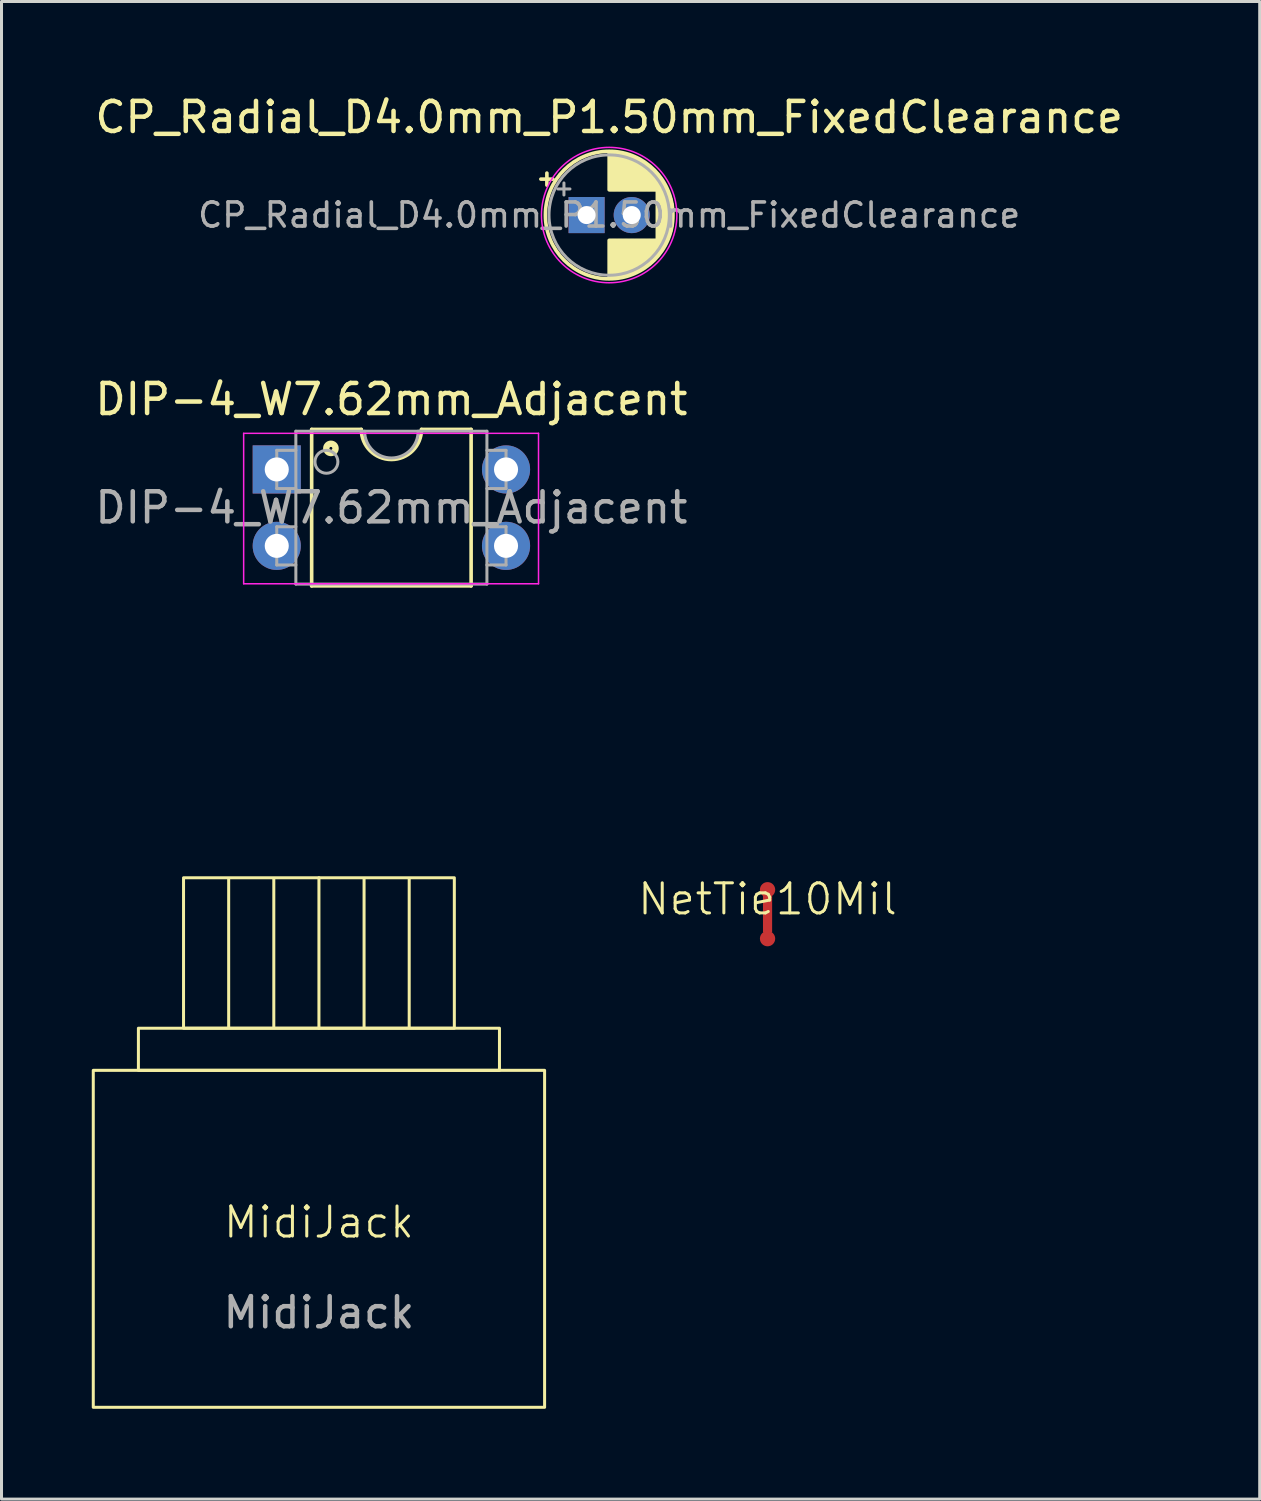
<source format=kicad_pcb>
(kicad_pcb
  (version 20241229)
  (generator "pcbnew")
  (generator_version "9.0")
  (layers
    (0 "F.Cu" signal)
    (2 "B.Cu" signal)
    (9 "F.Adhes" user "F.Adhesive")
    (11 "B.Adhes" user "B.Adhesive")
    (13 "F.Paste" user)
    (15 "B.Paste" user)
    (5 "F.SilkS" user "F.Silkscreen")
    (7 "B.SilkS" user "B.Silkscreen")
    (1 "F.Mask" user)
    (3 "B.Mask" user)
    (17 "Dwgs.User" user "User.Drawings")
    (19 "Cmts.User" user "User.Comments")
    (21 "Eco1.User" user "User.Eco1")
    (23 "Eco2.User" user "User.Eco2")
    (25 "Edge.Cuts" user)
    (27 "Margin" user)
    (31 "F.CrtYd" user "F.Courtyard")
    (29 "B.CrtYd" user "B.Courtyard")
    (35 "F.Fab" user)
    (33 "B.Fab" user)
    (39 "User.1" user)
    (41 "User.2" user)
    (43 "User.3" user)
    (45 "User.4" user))
  (footprint "MidiJack"
    (layer "F.Cu")
    (at 7.55 38.073)
    (property "Reference" "MidiJack" (at 0 -0.5 0) (unlocked yes) (layer "F.SilkS") (effects (font (size 1 1) (thickness 0.1))))
    (fp_line (start -3 -11.9) (end -3 -7) (stroke (width 0.1) (type default)) (layer "F.SilkS"))
    (fp_line (start -1.5 -11.9) (end -1.5 -7) (stroke (width 0.1) (type default)) (layer "F.SilkS"))
    (fp_line (start 0 -11.95) (end 0 -6.95) (stroke (width 0.1) (type default)) (layer "F.SilkS"))
    (fp_line (start 1.5 -11.9) (end 1.5 -7) (stroke (width 0.1) (type default)) (layer "F.SilkS"))
    (fp_line (start 3 -7) (end 3 -11.9) (stroke (width 0.1) (type default)) (layer "F.SilkS"))
    (fp_rect (start -7.5 -5.55) (end 7.5 5.65) (stroke (width 0.1) (type default)) (fill no) (layer "F.SilkS"))
    (fp_rect (start -6 -5.55) (end 6 -6.95) (stroke (width 0.1) (type default)) (fill no) (layer "F.SilkS"))
    (fp_rect (start -4.5 -6.95) (end 4.5 -11.95) (stroke (width 0.1) (type default)) (fill no) (layer "F.SilkS"))
    (fp_text user "${REFERENCE}" (at 0 2.5 0) (unlocked yes) (layer "F.Fab") (effects (font (size 1 1) (thickness 0.15)))))
  (footprint "DIP-4_W7.62mm_Adjacent"
    (layer "F.Cu")
    (at 6.148 12.552)
    (property "Reference" "DIP-4_W7.62mm_Adjacent" (at 3.81 -2.33 0) (layer "F.SilkS") (effects (font (size 1 1) (thickness 0.15))))
    (attr through_hole)
    (fp_line (start 1.16 -1.33) (end 1.16 3.87) (stroke (width 0.12) (type solid)) (layer "F.SilkS"))
    (fp_line (start 1.16 3.87) (end 6.46 3.87) (stroke (width 0.12) (type solid)) (layer "F.SilkS"))
    (fp_line (start 2.81 -1.33) (end 1.16 -1.33) (stroke (width 0.12) (type solid)) (layer "F.SilkS"))
    (fp_line (start 6.46 -1.33) (end 4.81 -1.33) (stroke (width 0.12) (type solid)) (layer "F.SilkS"))
    (fp_line (start 6.46 3.87) (end 6.46 -1.33) (stroke (width 0.12) (type solid)) (layer "F.SilkS"))
    (fp_arc (start 4.81 -1.33) (mid 3.81 -0.33) (end 2.81 -1.33) (stroke (width 0.12) (type solid)) (layer "F.SilkS"))
    (fp_circle (center 1.8 -0.7) (end 1.85 -0.7) (stroke (width 0.12) (type solid)) (fill no) (layer "F.SilkS"))
    (fp_circle (center 1.8 -0.7) (end 1.925 -0.7) (stroke (width 0.12) (type solid)) (fill no) (layer "F.SilkS"))
    (fp_circle (center 1.8 -0.7) (end 2 -0.7) (stroke (width 0.12) (type solid)) (fill no) (layer "F.SilkS"))
    (fp_line (start -1.1 -1.2) (end -1.1 3.8) (stroke (width 0.05) (type solid)) (layer "F.CrtYd"))
    (fp_line (start -1.1 3.8) (end 8.7 3.8) (stroke (width 0.05) (type solid)) (layer "F.CrtYd"))
    (fp_line (start 8.7 -1.2) (end -1.1 -1.2) (stroke (width 0.05) (type solid)) (layer "F.CrtYd"))
    (fp_line (start 8.7 3.8) (end 8.7 -1.2) (stroke (width 0.05) (type solid)) (layer "F.CrtYd"))
    (fp_line (start 0 -0.635) (end 0 0.635) (stroke (width 0.1) (type solid)) (layer "F.Fab"))
    (fp_line (start 0 -0.635) (end 0.635 -0.635) (stroke (width 0.1) (type solid)) (layer "F.Fab"))
    (fp_line (start 0 0.635) (end 0.635 0.635) (stroke (width 0.1) (type solid)) (layer "F.Fab"))
    (fp_line (start 0 1.905) (end 0 3.175) (stroke (width 0.1) (type solid)) (layer "F.Fab"))
    (fp_line (start 0 1.905) (end 0.635 1.905) (stroke (width 0.1) (type solid)) (layer "F.Fab"))
    (fp_line (start 0 3.175) (end 0.635 3.175) (stroke (width 0.1) (type solid)) (layer "F.Fab"))
    (fp_line (start 0.635 -1.27) (end 6.985 -1.27) (stroke (width 0.1) (type solid)) (layer "F.Fab"))
    (fp_line (start 0.635 3.81) (end 0.635 -1.27) (stroke (width 0.1) (type solid)) (layer "F.Fab"))
    (fp_line (start 6.985 -1.27) (end 6.985 3.81) (stroke (width 0.1) (type solid)) (layer "F.Fab"))
    (fp_line (start 6.985 3.81) (end 0.635 3.81) (stroke (width 0.1) (type solid)) (layer "F.Fab"))
    (fp_line (start 7.62 -0.635) (end 6.985 -0.635) (stroke (width 0.1) (type solid)) (layer "F.Fab"))
    (fp_line (start 7.62 0.635) (end 6.985 0.635) (stroke (width 0.1) (type solid)) (layer "F.Fab"))
    (fp_line (start 7.62 0.635) (end 7.62 -0.635) (stroke (width 0.1) (type solid)) (layer "F.Fab"))
    (fp_line (start 7.62 1.905) (end 6.985 1.905) (stroke (width 0.1) (type solid)) (layer "F.Fab"))
    (fp_line (start 7.62 3.175) (end 6.985 3.175) (stroke (width 0.1) (type solid)) (layer "F.Fab"))
    (fp_line (start 7.62 3.175) (end 7.62 1.905) (stroke (width 0.1) (type solid)) (layer "F.Fab"))
    (fp_arc (start 4.699 -1.27) (mid 3.81 -0.381) (end 2.921 -1.27) (stroke (width 0.1) (type solid)) (layer "F.Fab"))
    (fp_circle (center 1.651 -0.254) (end 2.032 -0.254) (stroke (width 0.1) (type solid)) (fill no) (layer "F.Fab"))
    (fp_text user "${REFERENCE}" (at 3.81 1.27 0) (layer "F.Fab") (effects (font (size 1 1) (thickness 0.15))))
    (pad "1" thru_hole rect (at 0 0) (size 1.6 1.6) (drill 0.8) (layers "*.Cu" "*.Mask"))
    (pad "2" thru_hole oval (at 0 2.54) (size 1.6 1.6) (drill 0.8) (layers "*.Cu" "*.Mask"))
    (pad "3" thru_hole oval (at 7.62 2.54) (size 1.6 1.6) (drill 0.8) (layers "*.Cu" "*.Mask"))
    (pad "4" thru_hole oval (at 7.62 0) (size 1.6 1.6) (drill 0.8) (layers "*.Cu" "*.Mask")))
  (footprint "LEDAssy"
    (layer "F.Cu")
    (at 29.367 16.223)
    (property "Reference" "LEDAssy" (at 0 -0.5 0) (unlocked yes) (layer "User.9") (effects (font (size 1 1) (thickness 0.1))))
    (fp_rect (start -6.4 -6.8) (end 6.4 6.8) (stroke (width 0.1) (type default)) (fill no) (layer "User.9"))
    (fp_text user "${REFERENCE}" (at 0 2.5 0) (unlocked yes) (layer "User.9") (effects (font (size 1 1) (thickness 0.15))))
    (zone (net_name "") (layer "F.Cu") (name "LEDAssyShadow") (hatch edge 1.5) (connect_pads) (min_thickness 0.25) (filled_areas_thickness no) (keepout (tracks allowed) (vias allowed) (pads allowed) (copperpour allowed) (footprints not_allowed)) (placement (enabled no)) (fill) (polygon (pts (xy 24.795 11.143) (xy 24.795 21.303) (xy 33.685 21.303) (xy 33.685 11.143)))))
  (footprint "NetTie10Mil"
    (layer "F.Cu")
    (at 22.46 27.334)
    (property "Reference" "NetTie10Mil" (at 0 -0.5 0) (unlocked yes) (layer "F.SilkS") (effects (font (size 1 1) (thickness 0.1))))
    (fp_poly (pts (xy -0.152 0.61) (xy -0.152 -0.61) (xy 0.152 -0.61) (xy 0.152 0.61)) (stroke (width 0) (type solid)) (fill yes) (layer "F.Cu"))
    (pad "1" smd circle (at 0 -0.813) (size 0.508 0.508) (property pad_prop_testpoint) (layers "F.Cu" "F.Mask"))
    (pad "2" smd circle (at 0 0.813) (size 0.508 0.508) (layers "F.Cu" "F.Mask")))
  (footprint "CP_Radial_D4.0mm_P1.50mm_FixedClearance"
    (layer "F.Cu")
    (at 16.446 4.098)
    (property "Reference" "CP_Radial_D4.0mm_P1.50mm_FixedClearance" (at 0.75 -3.25 0) (layer "F.SilkS") (effects (font (size 1 1) (thickness 0.15))))
    (attr through_hole)
    (fp_line (start -1.52 -1.195) (end -1.12 -1.195) (stroke (width 0.12) (type solid)) (layer "F.SilkS"))
    (fp_line (start -1.32 -1.395) (end -1.32 -0.995) (stroke (width 0.12) (type solid)) (layer "F.SilkS"))
    (fp_line (start 0.75 -2.08) (end 0.75 -0.84) (stroke (width 0.12) (type solid)) (layer "F.SilkS"))
    (fp_line (start 0.75 0.84) (end 0.75 2.08) (stroke (width 0.12) (type solid)) (layer "F.SilkS"))
    (fp_line (start 0.79 -2.08) (end 0.79 -0.84) (stroke (width 0.12) (type solid)) (layer "F.SilkS"))
    (fp_line (start 0.79 0.84) (end 0.79 2.08) (stroke (width 0.12) (type solid)) (layer "F.SilkS"))
    (fp_line (start 0.83 -2.079) (end 0.83 -0.84) (stroke (width 0.12) (type solid)) (layer "F.SilkS"))
    (fp_line (start 0.83 0.84) (end 0.83 2.079) (stroke (width 0.12) (type solid)) (layer "F.SilkS"))
    (fp_line (start 0.87 -2.077) (end 0.87 -0.84) (stroke (width 0.12) (type solid)) (layer "F.SilkS"))
    (fp_line (start 0.87 0.84) (end 0.87 2.077) (stroke (width 0.12) (type solid)) (layer "F.SilkS"))
    (fp_line (start 0.91 -2.074) (end 0.91 -0.84) (stroke (width 0.12) (type solid)) (layer "F.SilkS"))
    (fp_line (start 0.91 0.84) (end 0.91 2.074) (stroke (width 0.12) (type solid)) (layer "F.SilkS"))
    (fp_line (start 0.95 -2.071) (end 0.95 -0.84) (stroke (width 0.12) (type solid)) (layer "F.SilkS"))
    (fp_line (start 0.95 0.84) (end 0.95 2.071) (stroke (width 0.12) (type solid)) (layer "F.SilkS"))
    (fp_line (start 0.99 -2.067) (end 0.99 -0.84) (stroke (width 0.12) (type solid)) (layer "F.SilkS"))
    (fp_line (start 0.99 0.84) (end 0.99 2.067) (stroke (width 0.12) (type solid)) (layer "F.SilkS"))
    (fp_line (start 1.03 -2.062) (end 1.03 -0.84) (stroke (width 0.12) (type solid)) (layer "F.SilkS"))
    (fp_line (start 1.03 0.84) (end 1.03 2.062) (stroke (width 0.12) (type solid)) (layer "F.SilkS"))
    (fp_line (start 1.07 -2.056) (end 1.07 -0.84) (stroke (width 0.12) (type solid)) (layer "F.SilkS"))
    (fp_line (start 1.07 0.84) (end 1.07 2.056) (stroke (width 0.12) (type solid)) (layer "F.SilkS"))
    (fp_line (start 1.11 -2.05) (end 1.11 -0.84) (stroke (width 0.12) (type solid)) (layer "F.SilkS"))
    (fp_line (start 1.11 0.84) (end 1.11 2.05) (stroke (width 0.12) (type solid)) (layer "F.SilkS"))
    (fp_line (start 1.15 -2.042) (end 1.15 -0.84) (stroke (width 0.12) (type solid)) (layer "F.SilkS"))
    (fp_line (start 1.15 0.84) (end 1.15 2.042) (stroke (width 0.12) (type solid)) (layer "F.SilkS"))
    (fp_line (start 1.19 -2.034) (end 1.19 -0.84) (stroke (width 0.12) (type solid)) (layer "F.SilkS"))
    (fp_line (start 1.19 0.84) (end 1.19 2.034) (stroke (width 0.12) (type solid)) (layer "F.SilkS"))
    (fp_line (start 1.23 -2.025) (end 1.23 -0.84) (stroke (width 0.12) (type solid)) (layer "F.SilkS"))
    (fp_line (start 1.23 0.84) (end 1.23 2.025) (stroke (width 0.12) (type solid)) (layer "F.SilkS"))
    (fp_line (start 1.27 -2.016) (end 1.27 -0.84) (stroke (width 0.12) (type solid)) (layer "F.SilkS"))
    (fp_line (start 1.27 0.84) (end 1.27 2.016) (stroke (width 0.12) (type solid)) (layer "F.SilkS"))
    (fp_line (start 1.31 -2.005) (end 1.31 -0.84) (stroke (width 0.12) (type solid)) (layer "F.SilkS"))
    (fp_line (start 1.31 0.84) (end 1.31 2.005) (stroke (width 0.12) (type solid)) (layer "F.SilkS"))
    (fp_line (start 1.35 -1.994) (end 1.35 -0.84) (stroke (width 0.12) (type solid)) (layer "F.SilkS"))
    (fp_line (start 1.35 0.84) (end 1.35 1.994) (stroke (width 0.12) (type solid)) (layer "F.SilkS"))
    (fp_line (start 1.39 -1.982) (end 1.39 -0.84) (stroke (width 0.12) (type solid)) (layer "F.SilkS"))
    (fp_line (start 1.39 0.84) (end 1.39 1.982) (stroke (width 0.12) (type solid)) (layer "F.SilkS"))
    (fp_line (start 1.43 -1.968) (end 1.43 -0.84) (stroke (width 0.12) (type solid)) (layer "F.SilkS"))
    (fp_line (start 1.43 0.84) (end 1.43 1.968) (stroke (width 0.12) (type solid)) (layer "F.SilkS"))
    (fp_line (start 1.471 -1.954) (end 1.471 -0.84) (stroke (width 0.12) (type solid)) (layer "F.SilkS"))
    (fp_line (start 1.471 0.84) (end 1.471 1.954) (stroke (width 0.12) (type solid)) (layer "F.SilkS"))
    (fp_line (start 1.511 -1.94) (end 1.511 -0.84) (stroke (width 0.12) (type solid)) (layer "F.SilkS"))
    (fp_line (start 1.511 0.84) (end 1.511 1.94) (stroke (width 0.12) (type solid)) (layer "F.SilkS"))
    (fp_line (start 1.551 -1.924) (end 1.551 -0.84) (stroke (width 0.12) (type solid)) (layer "F.SilkS"))
    (fp_line (start 1.551 0.84) (end 1.551 1.924) (stroke (width 0.12) (type solid)) (layer "F.SilkS"))
    (fp_line (start 1.591 -1.907) (end 1.591 -0.84) (stroke (width 0.12) (type solid)) (layer "F.SilkS"))
    (fp_line (start 1.591 0.84) (end 1.591 1.907) (stroke (width 0.12) (type solid)) (layer "F.SilkS"))
    (fp_line (start 1.631 -1.889) (end 1.631 -0.84) (stroke (width 0.12) (type solid)) (layer "F.SilkS"))
    (fp_line (start 1.631 0.84) (end 1.631 1.889) (stroke (width 0.12) (type solid)) (layer "F.SilkS"))
    (fp_line (start 1.671 -1.87) (end 1.671 -0.84) (stroke (width 0.12) (type solid)) (layer "F.SilkS"))
    (fp_line (start 1.671 0.84) (end 1.671 1.87) (stroke (width 0.12) (type solid)) (layer "F.SilkS"))
    (fp_line (start 1.711 -1.851) (end 1.711 -0.84) (stroke (width 0.12) (type solid)) (layer "F.SilkS"))
    (fp_line (start 1.711 0.84) (end 1.711 1.851) (stroke (width 0.12) (type solid)) (layer "F.SilkS"))
    (fp_line (start 1.751 -1.83) (end 1.751 -0.84) (stroke (width 0.12) (type solid)) (layer "F.SilkS"))
    (fp_line (start 1.751 0.84) (end 1.751 1.83) (stroke (width 0.12) (type solid)) (layer "F.SilkS"))
    (fp_line (start 1.791 -1.808) (end 1.791 -0.84) (stroke (width 0.12) (type solid)) (layer "F.SilkS"))
    (fp_line (start 1.791 0.84) (end 1.791 1.808) (stroke (width 0.12) (type solid)) (layer "F.SilkS"))
    (fp_line (start 1.831 -1.785) (end 1.831 -0.84) (stroke (width 0.12) (type solid)) (layer "F.SilkS"))
    (fp_line (start 1.831 0.84) (end 1.831 1.785) (stroke (width 0.12) (type solid)) (layer "F.SilkS"))
    (fp_line (start 1.871 -1.76) (end 1.871 -0.84) (stroke (width 0.12) (type solid)) (layer "F.SilkS"))
    (fp_line (start 1.871 0.84) (end 1.871 1.76) (stroke (width 0.12) (type solid)) (layer "F.SilkS"))
    (fp_line (start 1.911 -1.735) (end 1.911 -0.84) (stroke (width 0.12) (type solid)) (layer "F.SilkS"))
    (fp_line (start 1.911 0.84) (end 1.911 1.735) (stroke (width 0.12) (type solid)) (layer "F.SilkS"))
    (fp_line (start 1.951 -1.708) (end 1.951 -0.84) (stroke (width 0.12) (type solid)) (layer "F.SilkS"))
    (fp_line (start 1.951 0.84) (end 1.951 1.708) (stroke (width 0.12) (type solid)) (layer "F.SilkS"))
    (fp_line (start 1.991 -1.68) (end 1.991 -0.84) (stroke (width 0.12) (type solid)) (layer "F.SilkS"))
    (fp_line (start 1.991 0.84) (end 1.991 1.68) (stroke (width 0.12) (type solid)) (layer "F.SilkS"))
    (fp_line (start 2.031 -1.65) (end 2.031 -0.84) (stroke (width 0.12) (type solid)) (layer "F.SilkS"))
    (fp_line (start 2.031 0.84) (end 2.031 1.65) (stroke (width 0.12) (type solid)) (layer "F.SilkS"))
    (fp_line (start 2.071 -1.619) (end 2.071 -0.84) (stroke (width 0.12) (type solid)) (layer "F.SilkS"))
    (fp_line (start 2.071 0.84) (end 2.071 1.619) (stroke (width 0.12) (type solid)) (layer "F.SilkS"))
    (fp_line (start 2.111 -1.587) (end 2.111 -0.84) (stroke (width 0.12) (type solid)) (layer "F.SilkS"))
    (fp_line (start 2.111 0.84) (end 2.111 1.587) (stroke (width 0.12) (type solid)) (layer "F.SilkS"))
    (fp_line (start 2.151 -1.552) (end 2.151 -0.84) (stroke (width 0.12) (type solid)) (layer "F.SilkS"))
    (fp_line (start 2.151 0.84) (end 2.151 1.552) (stroke (width 0.12) (type solid)) (layer "F.SilkS"))
    (fp_line (start 2.191 -1.516) (end 2.191 -0.84) (stroke (width 0.12) (type solid)) (layer "F.SilkS"))
    (fp_line (start 2.191 0.84) (end 2.191 1.516) (stroke (width 0.12) (type solid)) (layer "F.SilkS"))
    (fp_line (start 2.231 -1.478) (end 2.231 -0.84) (stroke (width 0.12) (type solid)) (layer "F.SilkS"))
    (fp_line (start 2.231 0.84) (end 2.231 1.478) (stroke (width 0.12) (type solid)) (layer "F.SilkS"))
    (fp_line (start 2.271 -1.438) (end 2.271 -0.84) (stroke (width 0.12) (type solid)) (layer "F.SilkS"))
    (fp_line (start 2.271 0.84) (end 2.271 1.438) (stroke (width 0.12) (type solid)) (layer "F.SilkS"))
    (fp_line (start 2.311 -1.396) (end 2.311 -0.84) (stroke (width 0.12) (type solid)) (layer "F.SilkS"))
    (fp_line (start 2.311 0.84) (end 2.311 1.396) (stroke (width 0.12) (type solid)) (layer "F.SilkS"))
    (fp_line (start 2.351 -1.351) (end 2.351 1.351) (stroke (width 0.12) (type solid)) (layer "F.SilkS"))
    (fp_line (start 2.391 -1.304) (end 2.391 1.304) (stroke (width 0.12) (type solid)) (layer "F.SilkS"))
    (fp_line (start 2.431 -1.254) (end 2.431 1.254) (stroke (width 0.12) (type solid)) (layer "F.SilkS"))
    (fp_line (start 2.471 -1.2) (end 2.471 1.2) (stroke (width 0.12) (type solid)) (layer "F.SilkS"))
    (fp_line (start 2.511 -1.142) (end 2.511 1.142) (stroke (width 0.12) (type solid)) (layer "F.SilkS"))
    (fp_line (start 2.551 -1.08) (end 2.551 1.08) (stroke (width 0.12) (type solid)) (layer "F.SilkS"))
    (fp_line (start 2.591 -1.013) (end 2.591 1.013) (stroke (width 0.12) (type solid)) (layer "F.SilkS"))
    (fp_line (start 2.631 -0.94) (end 2.631 0.94) (stroke (width 0.12) (type solid)) (layer "F.SilkS"))
    (fp_line (start 2.671 -0.859) (end 2.671 0.859) (stroke (width 0.12) (type solid)) (layer "F.SilkS"))
    (fp_line (start 2.711 -0.768) (end 2.711 0.768) (stroke (width 0.12) (type solid)) (layer "F.SilkS"))
    (fp_line (start 2.751 -0.664) (end 2.751 0.664) (stroke (width 0.12) (type solid)) (layer "F.SilkS"))
    (fp_line (start 2.791 -0.537) (end 2.791 0.537) (stroke (width 0.12) (type solid)) (layer "F.SilkS"))
    (fp_line (start 2.831 -0.37) (end 2.831 0.37) (stroke (width 0.12) (type solid)) (layer "F.SilkS"))
    (fp_circle (center 0.75 0) (end 2.87 0) (stroke (width 0.12) (type solid)) (fill no) (layer "F.SilkS"))
    (fp_circle (center 0.75 0) (end 3 0) (stroke (width 0.05) (type solid)) (fill no) (layer "F.CrtYd"))
    (fp_line (start -0.953 -0.868) (end -0.553 -0.868) (stroke (width 0.1) (type solid)) (layer "F.Fab"))
    (fp_line (start -0.753 -1.067) (end -0.753 -0.667) (stroke (width 0.1) (type solid)) (layer "F.Fab"))
    (fp_circle (center 0.75 0) (end 2.75 0) (stroke (width 0.1) (type solid)) (fill no) (layer "F.Fab"))
    (fp_text user "${REFERENCE}" (at 0.75 0 0) (layer "F.Fab") (effects (font (size 0.8 0.8) (thickness 0.12))))
    (pad "1" thru_hole rect (at 0 0) (size 1.2 1.2) (drill 0.6) (layers "*.Cu" "*.Mask"))
    (pad "2" thru_hole circle (at 1.5 0) (size 1.2 1.2) (drill 0.6) (layers "*.Cu" "*.Mask")))
  (gr_rect
    (start -3 -3)
    (end 38.817 46.773)
    (stroke (width 0.1) (type default))
    (fill no)
    (layer "Edge.Cuts")))
</source>
